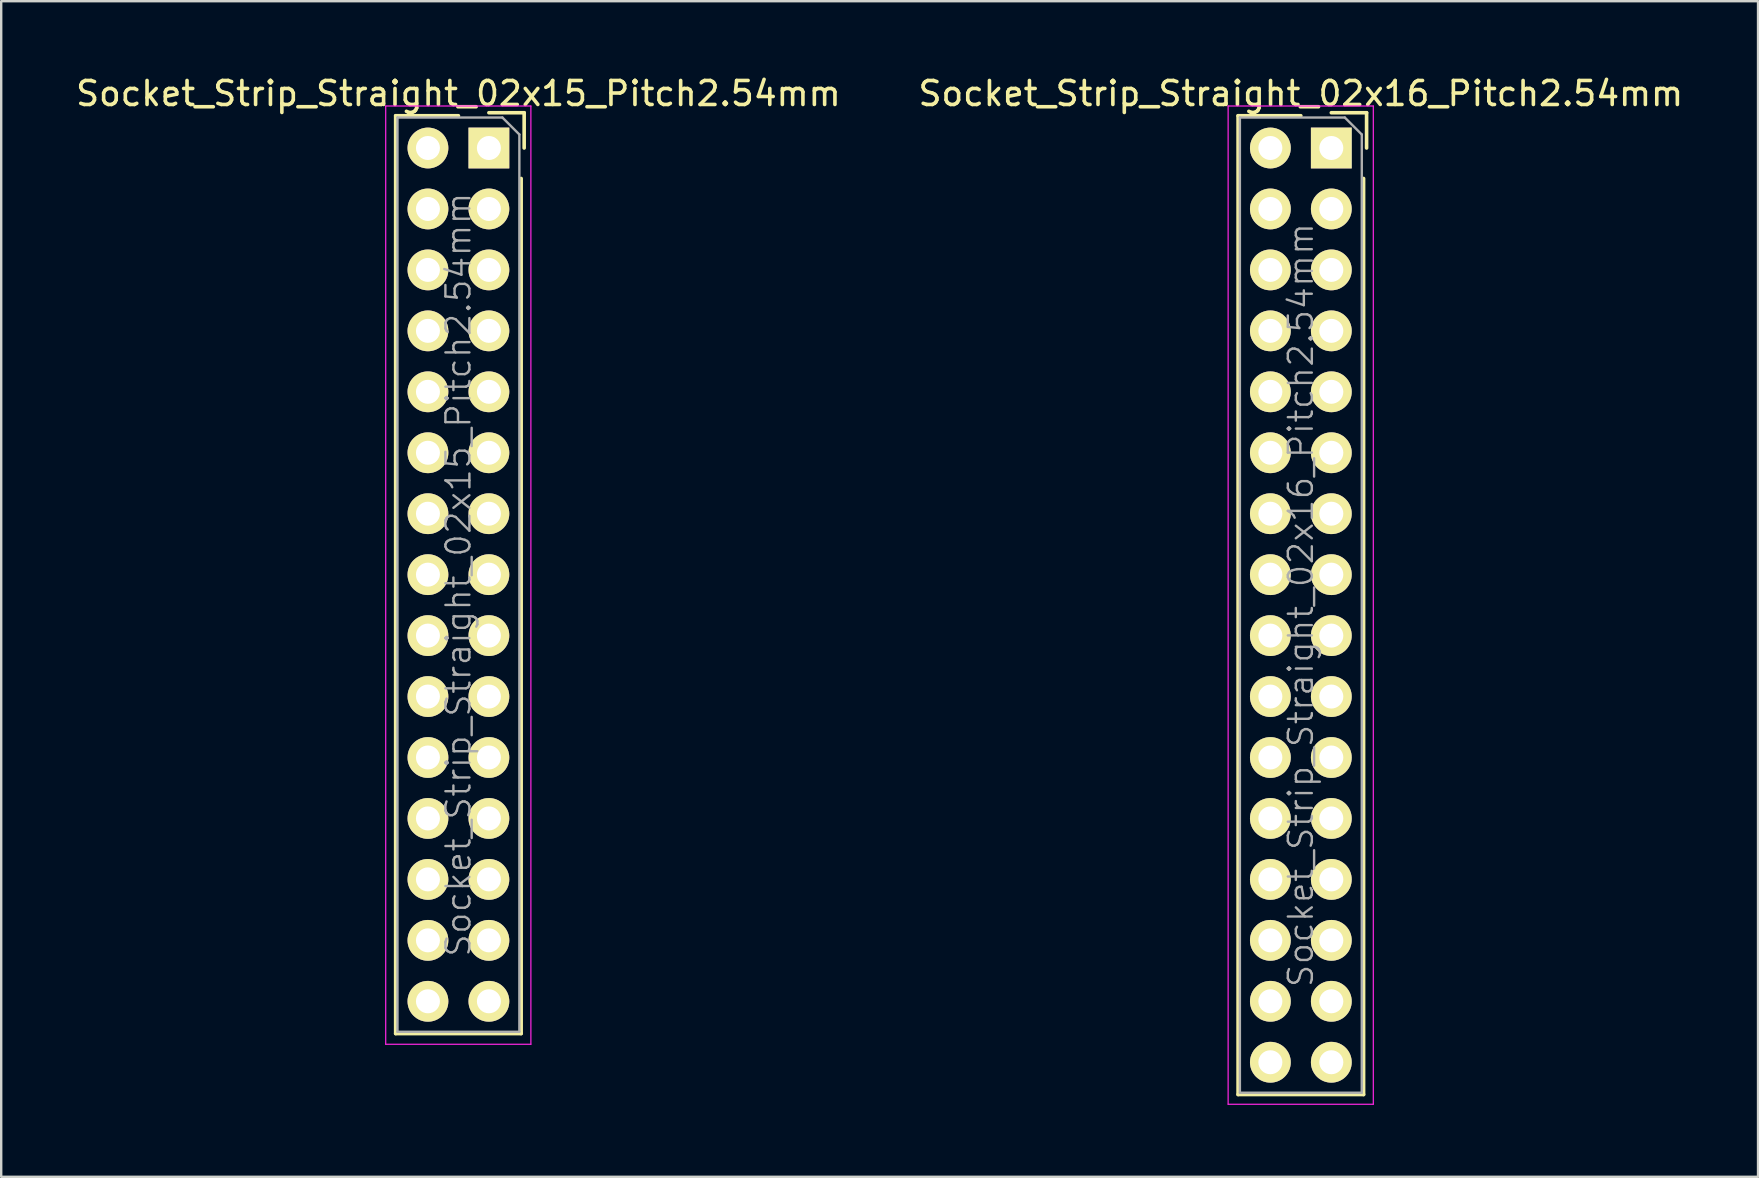
<source format=kicad_pcb>
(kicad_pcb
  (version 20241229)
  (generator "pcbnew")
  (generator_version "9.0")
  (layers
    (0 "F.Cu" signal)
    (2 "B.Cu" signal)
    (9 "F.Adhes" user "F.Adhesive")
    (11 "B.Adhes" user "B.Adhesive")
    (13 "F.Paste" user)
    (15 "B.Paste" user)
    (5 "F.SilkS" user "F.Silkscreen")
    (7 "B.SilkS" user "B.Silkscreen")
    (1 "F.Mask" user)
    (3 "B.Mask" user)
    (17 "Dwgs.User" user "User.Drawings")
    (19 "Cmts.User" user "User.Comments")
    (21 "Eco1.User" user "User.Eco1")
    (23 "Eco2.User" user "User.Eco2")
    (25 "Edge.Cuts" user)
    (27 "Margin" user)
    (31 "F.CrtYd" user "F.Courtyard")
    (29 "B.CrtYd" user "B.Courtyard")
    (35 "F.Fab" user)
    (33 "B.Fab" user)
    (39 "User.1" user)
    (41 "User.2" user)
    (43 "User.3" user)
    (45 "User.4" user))
  (footprint "Socket_Strip_Straight_02x16_Pitch2.54mm"
    (layer "F.Cu")
    (at 52.431 3.118)
    (property "Reference" "Socket_Strip_Straight_02x16_Pitch2.54mm" (at -1.27 -2.27 0) (layer "F.SilkS") (effects (font (size 1 1) (thickness 0.15))))
    (attr smd)
    (fp_line (start -3.885 -1.345) (end -3.885 39.445) (stroke (width 0.15) (type solid)) (layer "F.SilkS"))
    (fp_line (start -1.27 -1.345) (end -3.885 -1.345) (stroke (width 0.15) (type solid)) (layer "F.SilkS"))
    (fp_line (start 1.345 1.27) (end 1.345 39.445) (stroke (width 0.15) (type solid)) (layer "F.SilkS"))
    (fp_line (start 1.345 39.445) (end -3.885 39.445) (stroke (width 0.15) (type solid)) (layer "F.SilkS"))
    (fp_line (start 1.47 -1.47) (end 0 -1.47) (stroke (width 0.15) (type solid)) (layer "F.SilkS"))
    (fp_line (start 1.47 -1.47) (end 1.47 0) (stroke (width 0.15) (type solid)) (layer "F.SilkS"))
    (fp_line (start -4.3 -1.75) (end -4.3 39.85) (stroke (width 0.05) (type solid)) (layer "F.CrtYd"))
    (fp_line (start 1.75 -1.75) (end -4.3 -1.75) (stroke (width 0.05) (type solid)) (layer "F.CrtYd"))
    (fp_line (start 1.75 -1.75) (end 1.75 39.85) (stroke (width 0.05) (type solid)) (layer "F.CrtYd"))
    (fp_line (start 1.75 39.85) (end -4.3 39.85) (stroke (width 0.05) (type solid)) (layer "F.CrtYd"))
    (fp_line (start -3.81 -1.27) (end 0.563 -1.27) (stroke (width 0.1) (type solid)) (layer "F.Fab"))
    (fp_line (start -3.81 39.37) (end -3.81 -1.27) (stroke (width 0.1) (type solid)) (layer "F.Fab"))
    (fp_line (start -3.81 39.37) (end 1.27 39.37) (stroke (width 0.1) (type solid)) (layer "F.Fab"))
    (fp_line (start 1.27 -0.563) (end 0.563 -1.27) (stroke (width 0.1) (type solid)) (layer "F.Fab"))
    (fp_line (start 1.27 39.37) (end 1.27 -0.563) (stroke (width 0.1) (type solid)) (layer "F.Fab"))
    (fp_text user "${REFERENCE}" (at -1.27 19.05 90) (layer "F.Fab") (effects (font (size 1 1) (thickness 0.1))))
    (pad "1" thru_hole rect (at 0 0) (size 1.7 1.7) (drill 1) (layers "*.Cu" "*.Mask" "F.SilkS"))
    (pad "2" thru_hole oval (at -2.54 0) (size 1.7 1.7) (drill 1) (layers "*.Cu" "*.Mask" "F.SilkS"))
    (pad "3" thru_hole oval (at 0 2.54) (size 1.7 1.7) (drill 1) (layers "*.Cu" "*.Mask" "F.SilkS"))
    (pad "4" thru_hole oval (at -2.54 2.54) (size 1.7 1.7) (drill 1) (layers "*.Cu" "*.Mask" "F.SilkS"))
    (pad "5" thru_hole oval (at 0 5.08) (size 1.7 1.7) (drill 1) (layers "*.Cu" "*.Mask" "F.SilkS"))
    (pad "6" thru_hole oval (at -2.54 5.08) (size 1.7 1.7) (drill 1) (layers "*.Cu" "*.Mask" "F.SilkS"))
    (pad "7" thru_hole oval (at 0 7.62) (size 1.7 1.7) (drill 1) (layers "*.Cu" "*.Mask" "F.SilkS"))
    (pad "8" thru_hole oval (at -2.54 7.62) (size 1.7 1.7) (drill 1) (layers "*.Cu" "*.Mask" "F.SilkS"))
    (pad "9" thru_hole oval (at 0 10.16) (size 1.7 1.7) (drill 1) (layers "*.Cu" "*.Mask" "F.SilkS"))
    (pad "10" thru_hole oval (at -2.54 10.16) (size 1.7 1.7) (drill 1) (layers "*.Cu" "*.Mask" "F.SilkS"))
    (pad "11" thru_hole oval (at 0 12.7) (size 1.7 1.7) (drill 1) (layers "*.Cu" "*.Mask" "F.SilkS"))
    (pad "12" thru_hole oval (at -2.54 12.7) (size 1.7 1.7) (drill 1) (layers "*.Cu" "*.Mask" "F.SilkS"))
    (pad "13" thru_hole oval (at 0 15.24) (size 1.7 1.7) (drill 1) (layers "*.Cu" "*.Mask" "F.SilkS"))
    (pad "14" thru_hole oval (at -2.54 15.24) (size 1.7 1.7) (drill 1) (layers "*.Cu" "*.Mask" "F.SilkS"))
    (pad "15" thru_hole oval (at 0 17.78) (size 1.7 1.7) (drill 1) (layers "*.Cu" "*.Mask" "F.SilkS"))
    (pad "16" thru_hole oval (at -2.54 17.78) (size 1.7 1.7) (drill 1) (layers "*.Cu" "*.Mask" "F.SilkS"))
    (pad "17" thru_hole oval (at 0 20.32) (size 1.7 1.7) (drill 1) (layers "*.Cu" "*.Mask" "F.SilkS"))
    (pad "18" thru_hole oval (at -2.54 20.32) (size 1.7 1.7) (drill 1) (layers "*.Cu" "*.Mask" "F.SilkS"))
    (pad "19" thru_hole oval (at 0 22.86) (size 1.7 1.7) (drill 1) (layers "*.Cu" "*.Mask" "F.SilkS"))
    (pad "20" thru_hole oval (at -2.54 22.86) (size 1.7 1.7) (drill 1) (layers "*.Cu" "*.Mask" "F.SilkS"))
    (pad "21" thru_hole oval (at 0 25.4) (size 1.7 1.7) (drill 1) (layers "*.Cu" "*.Mask" "F.SilkS"))
    (pad "22" thru_hole oval (at -2.54 25.4) (size 1.7 1.7) (drill 1) (layers "*.Cu" "*.Mask" "F.SilkS"))
    (pad "23" thru_hole oval (at 0 27.94) (size 1.7 1.7) (drill 1) (layers "*.Cu" "*.Mask" "F.SilkS"))
    (pad "24" thru_hole oval (at -2.54 27.94) (size 1.7 1.7) (drill 1) (layers "*.Cu" "*.Mask" "F.SilkS"))
    (pad "25" thru_hole oval (at 0 30.48) (size 1.7 1.7) (drill 1) (layers "*.Cu" "*.Mask" "F.SilkS"))
    (pad "26" thru_hole oval (at -2.54 30.48) (size 1.7 1.7) (drill 1) (layers "*.Cu" "*.Mask" "F.SilkS"))
    (pad "27" thru_hole oval (at 0 33.02) (size 1.7 1.7) (drill 1) (layers "*.Cu" "*.Mask" "F.SilkS"))
    (pad "28" thru_hole oval (at -2.54 33.02) (size 1.7 1.7) (drill 1) (layers "*.Cu" "*.Mask" "F.SilkS"))
    (pad "29" thru_hole oval (at 0 35.56) (size 1.7 1.7) (drill 1) (layers "*.Cu" "*.Mask" "F.SilkS"))
    (pad "30" thru_hole oval (at -2.54 35.56) (size 1.7 1.7) (drill 1) (layers "*.Cu" "*.Mask" "F.SilkS"))
    (pad "31" thru_hole oval (at 0 38.1) (size 1.7 1.7) (drill 1) (layers "*.Cu" "*.Mask" "F.SilkS"))
    (pad "32" thru_hole oval (at -2.54 38.1) (size 1.7 1.7) (drill 1) (layers "*.Cu" "*.Mask" "F.SilkS")))
  (footprint "Socket_Strip_Straight_02x15_Pitch2.54mm"
    (layer "F.Cu")
    (at 17.324 3.118)
    (property "Reference" "Socket_Strip_Straight_02x15_Pitch2.54mm" (at -1.27 -2.27 0) (layer "F.SilkS") (effects (font (size 1 1) (thickness 0.15))))
    (attr smd)
    (fp_line (start -3.885 -1.345) (end -3.885 36.905) (stroke (width 0.15) (type solid)) (layer "F.SilkS"))
    (fp_line (start -1.27 -1.345) (end -3.885 -1.345) (stroke (width 0.15) (type solid)) (layer "F.SilkS"))
    (fp_line (start 1.345 1.27) (end 1.345 36.905) (stroke (width 0.15) (type solid)) (layer "F.SilkS"))
    (fp_line (start 1.345 36.905) (end -3.885 36.905) (stroke (width 0.15) (type solid)) (layer "F.SilkS"))
    (fp_line (start 1.47 -1.47) (end 0 -1.47) (stroke (width 0.15) (type solid)) (layer "F.SilkS"))
    (fp_line (start 1.47 -1.47) (end 1.47 0) (stroke (width 0.15) (type solid)) (layer "F.SilkS"))
    (fp_line (start -4.3 -1.75) (end -4.3 37.35) (stroke (width 0.05) (type solid)) (layer "F.CrtYd"))
    (fp_line (start 1.75 -1.75) (end -4.3 -1.75) (stroke (width 0.05) (type solid)) (layer "F.CrtYd"))
    (fp_line (start 1.75 -1.75) (end 1.75 37.35) (stroke (width 0.05) (type solid)) (layer "F.CrtYd"))
    (fp_line (start 1.75 37.35) (end -4.3 37.35) (stroke (width 0.05) (type solid)) (layer "F.CrtYd"))
    (fp_line (start -3.81 -1.27) (end 0.563 -1.27) (stroke (width 0.1) (type solid)) (layer "F.Fab"))
    (fp_line (start -3.81 36.83) (end -3.81 -1.27) (stroke (width 0.1) (type solid)) (layer "F.Fab"))
    (fp_line (start -3.81 36.83) (end 1.27 36.83) (stroke (width 0.1) (type solid)) (layer "F.Fab"))
    (fp_line (start 1.27 -0.563) (end 0.563 -1.27) (stroke (width 0.1) (type solid)) (layer "F.Fab"))
    (fp_line (start 1.27 36.83) (end 1.27 -0.563) (stroke (width 0.1) (type solid)) (layer "F.Fab"))
    (fp_text user "${REFERENCE}" (at -1.27 17.78 90) (layer "F.Fab") (effects (font (size 1 1) (thickness 0.1))))
    (pad "1" thru_hole rect (at 0 0) (size 1.7 1.7) (drill 1) (layers "*.Cu" "*.Mask" "F.SilkS"))
    (pad "2" thru_hole oval (at -2.54 0) (size 1.7 1.7) (drill 1) (layers "*.Cu" "*.Mask" "F.SilkS"))
    (pad "3" thru_hole oval (at 0 2.54) (size 1.7 1.7) (drill 1) (layers "*.Cu" "*.Mask" "F.SilkS"))
    (pad "4" thru_hole oval (at -2.54 2.54) (size 1.7 1.7) (drill 1) (layers "*.Cu" "*.Mask" "F.SilkS"))
    (pad "5" thru_hole oval (at 0 5.08) (size 1.7 1.7) (drill 1) (layers "*.Cu" "*.Mask" "F.SilkS"))
    (pad "6" thru_hole oval (at -2.54 5.08) (size 1.7 1.7) (drill 1) (layers "*.Cu" "*.Mask" "F.SilkS"))
    (pad "7" thru_hole oval (at 0 7.62) (size 1.7 1.7) (drill 1) (layers "*.Cu" "*.Mask" "F.SilkS"))
    (pad "8" thru_hole oval (at -2.54 7.62) (size 1.7 1.7) (drill 1) (layers "*.Cu" "*.Mask" "F.SilkS"))
    (pad "9" thru_hole oval (at 0 10.16) (size 1.7 1.7) (drill 1) (layers "*.Cu" "*.Mask" "F.SilkS"))
    (pad "10" thru_hole oval (at -2.54 10.16) (size 1.7 1.7) (drill 1) (layers "*.Cu" "*.Mask" "F.SilkS"))
    (pad "11" thru_hole oval (at 0 12.7) (size 1.7 1.7) (drill 1) (layers "*.Cu" "*.Mask" "F.SilkS"))
    (pad "12" thru_hole oval (at -2.54 12.7) (size 1.7 1.7) (drill 1) (layers "*.Cu" "*.Mask" "F.SilkS"))
    (pad "13" thru_hole oval (at 0 15.24) (size 1.7 1.7) (drill 1) (layers "*.Cu" "*.Mask" "F.SilkS"))
    (pad "14" thru_hole oval (at -2.54 15.24) (size 1.7 1.7) (drill 1) (layers "*.Cu" "*.Mask" "F.SilkS"))
    (pad "15" thru_hole oval (at 0 17.78) (size 1.7 1.7) (drill 1) (layers "*.Cu" "*.Mask" "F.SilkS"))
    (pad "16" thru_hole oval (at -2.54 17.78) (size 1.7 1.7) (drill 1) (layers "*.Cu" "*.Mask" "F.SilkS"))
    (pad "17" thru_hole oval (at 0 20.32) (size 1.7 1.7) (drill 1) (layers "*.Cu" "*.Mask" "F.SilkS"))
    (pad "18" thru_hole oval (at -2.54 20.32) (size 1.7 1.7) (drill 1) (layers "*.Cu" "*.Mask" "F.SilkS"))
    (pad "19" thru_hole oval (at 0 22.86) (size 1.7 1.7) (drill 1) (layers "*.Cu" "*.Mask" "F.SilkS"))
    (pad "20" thru_hole oval (at -2.54 22.86) (size 1.7 1.7) (drill 1) (layers "*.Cu" "*.Mask" "F.SilkS"))
    (pad "21" thru_hole oval (at 0 25.4) (size 1.7 1.7) (drill 1) (layers "*.Cu" "*.Mask" "F.SilkS"))
    (pad "22" thru_hole oval (at -2.54 25.4) (size 1.7 1.7) (drill 1) (layers "*.Cu" "*.Mask" "F.SilkS"))
    (pad "23" thru_hole oval (at 0 27.94) (size 1.7 1.7) (drill 1) (layers "*.Cu" "*.Mask" "F.SilkS"))
    (pad "24" thru_hole oval (at -2.54 27.94) (size 1.7 1.7) (drill 1) (layers "*.Cu" "*.Mask" "F.SilkS"))
    (pad "25" thru_hole oval (at 0 30.48) (size 1.7 1.7) (drill 1) (layers "*.Cu" "*.Mask" "F.SilkS"))
    (pad "26" thru_hole oval (at -2.54 30.48) (size 1.7 1.7) (drill 1) (layers "*.Cu" "*.Mask" "F.SilkS"))
    (pad "27" thru_hole oval (at 0 33.02) (size 1.7 1.7) (drill 1) (layers "*.Cu" "*.Mask" "F.SilkS"))
    (pad "28" thru_hole oval (at -2.54 33.02) (size 1.7 1.7) (drill 1) (layers "*.Cu" "*.Mask" "F.SilkS"))
    (pad "29" thru_hole oval (at 0 35.56) (size 1.7 1.7) (drill 1) (layers "*.Cu" "*.Mask" "F.SilkS"))
    (pad "30" thru_hole oval (at -2.54 35.56) (size 1.7 1.7) (drill 1) (layers "*.Cu" "*.Mask" "F.SilkS")))
  (gr_rect
    (start -3 -3)
    (end 70.214 45.993)
    (stroke (width 0.1) (type default))
    (fill no)
    (layer "Edge.Cuts")))
</source>
